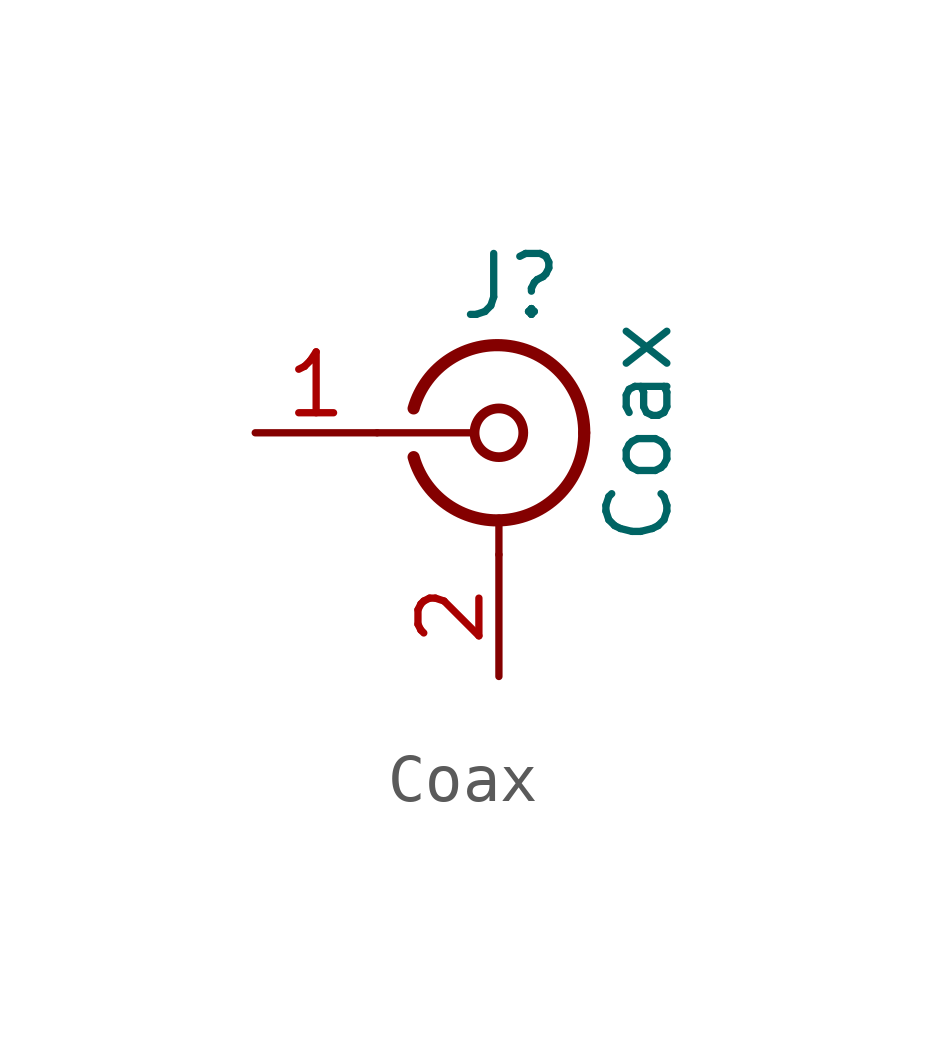
<source format=kicad_sym>
(kicad_symbol_lib
  (version 20211014)
  (generator kicad_symbol_editor)
  (symbol "Coax"
    (pin_names
      (offset 1.016) hide)
    (property "Reference" "J"
      (at 0.254 3.048 0)
      (effects (font (size 1.27 1.27))))
    (property "Value" "Coax"
      (at 2.921 0 90)
      (effects (font (size 1.27 1.27))))
    (symbol "Coax_0_1"
      (arc (start -1.778 -0.508) (mid 0.2311 -1.8066) (end 1.778 0) (stroke (width 0.254) (type default) (color 0 0 0 0)) (fill (type none)))
      (polyline (pts (xy -2.54 0) (xy -0.508 0)) (stroke (width 0) (type default) (color 0 0 0 0)) (fill (type none)))
      (polyline (pts (xy 0 -2.54) (xy 0 -1.778)) (stroke (width 0) (type default) (color 0 0 0 0)) (fill (type none)))
      (circle (center 0 0) (radius 0.508) (stroke (width 0.203) (type default) (color 0 0 0 0)) (fill (type none)))
      (arc (start 1.778 0) (mid 0.2099 1.8101) (end -1.778 0.508) (stroke (width 0.254) (type default) (color 0 0 0 0)) (fill (type none))))
    (symbol "Coax_1_1"
      (pin passive line (at -5.08 0 0) (length 2.54) (name "In" (effects (font (size 1.27 1.27)))) (number "1" (effects (font (size 1.27 1.27)))))
      (pin passive line (at 0 -5.08 90) (length 2.54) (name "Ext" (effects (font (size 1.27 1.27)))) (number "2" (effects (font (size 1.27 1.27))))))))
</source>
